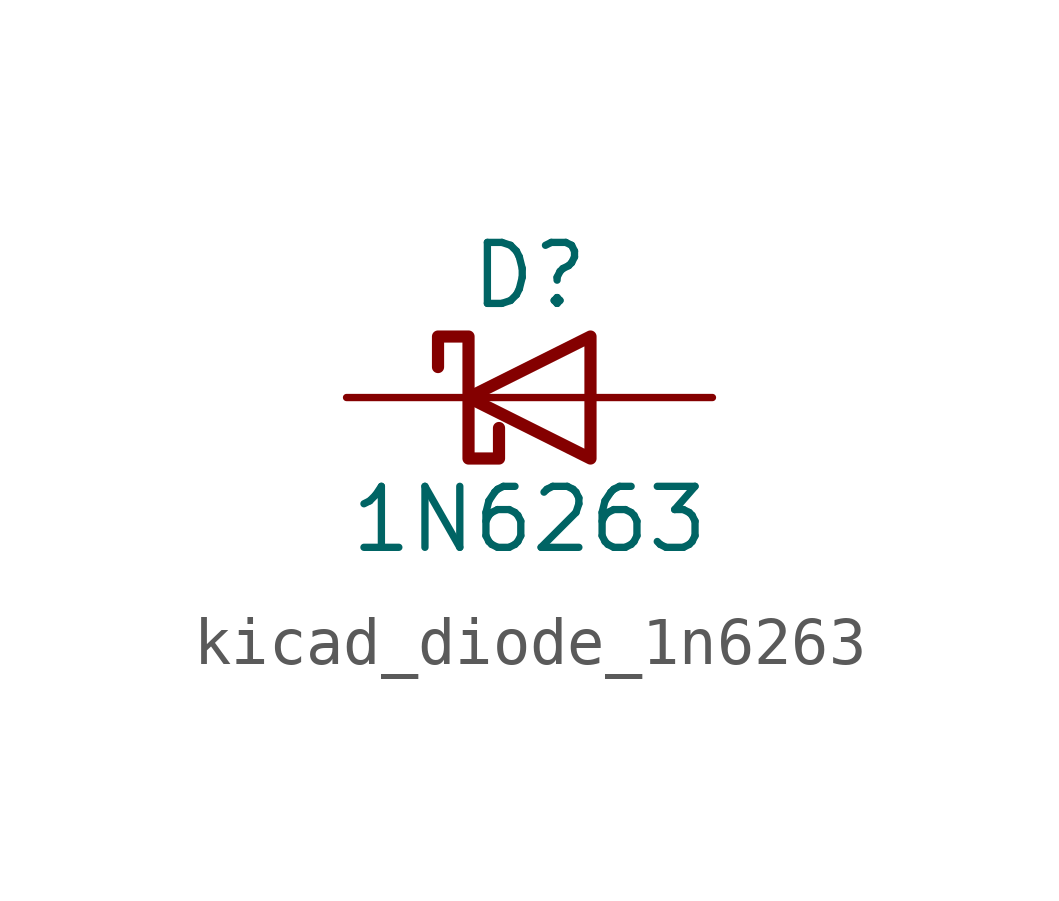
<source format=kicad_sym>
(kicad_symbol_lib
  (version 20220914)
  (generator kicad_symbol_editor)
  (symbol "kicad_diode_1n6263"
    (pin_numbers hide)
    (pin_names
      (offset 1.016) hide)
    (property "Reference" "D"
      (at 0 2.54 0)
      (effects (font (size 1.27 1.27))))
    (property "Value" "1N6263"
      (at 0 -2.54 0)
      (effects (font (size 1.27 1.27))))
    (symbol "kicad_diode_1n6263_0_1"
      (polyline (pts (xy 1.27 0) (xy -1.27 0)) (stroke (width 0) (type default)) (fill (type none)))
      (polyline (pts (xy 1.27 1.27) (xy 1.27 -1.27) (xy -1.27 0) (xy 1.27 1.27)) (stroke (width 0.254) (type default)) (fill (type none)))
      (polyline (pts (xy -1.905 0.635) (xy -1.905 1.27) (xy -1.27 1.27) (xy -1.27 -1.27) (xy -0.635 -1.27) (xy -0.635 -0.635)) (stroke (width 0.254) (type default)) (fill (type none))))
    (symbol "kicad_diode_1n6263_1_1"
      (pin passive line (at -3.81 0 0) (length 2.54) (name "K" (effects (font (size 1.27 1.27)))) (number "1" (effects (font (size 1.27 1.27)))))
      (pin passive line (at 3.81 0 180) (length 2.54) (name "A" (effects (font (size 1.27 1.27)))) (number "2" (effects (font (size 1.27 1.27))))))))
</source>
